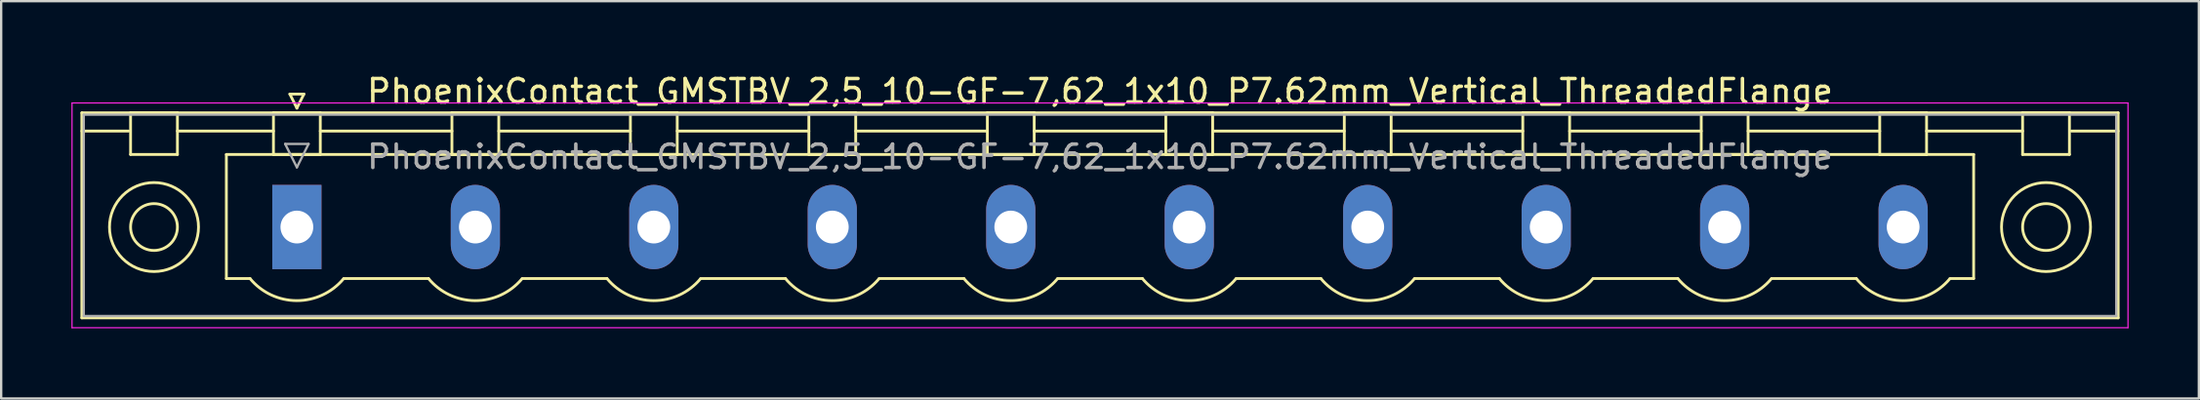
<source format=kicad_pcb>
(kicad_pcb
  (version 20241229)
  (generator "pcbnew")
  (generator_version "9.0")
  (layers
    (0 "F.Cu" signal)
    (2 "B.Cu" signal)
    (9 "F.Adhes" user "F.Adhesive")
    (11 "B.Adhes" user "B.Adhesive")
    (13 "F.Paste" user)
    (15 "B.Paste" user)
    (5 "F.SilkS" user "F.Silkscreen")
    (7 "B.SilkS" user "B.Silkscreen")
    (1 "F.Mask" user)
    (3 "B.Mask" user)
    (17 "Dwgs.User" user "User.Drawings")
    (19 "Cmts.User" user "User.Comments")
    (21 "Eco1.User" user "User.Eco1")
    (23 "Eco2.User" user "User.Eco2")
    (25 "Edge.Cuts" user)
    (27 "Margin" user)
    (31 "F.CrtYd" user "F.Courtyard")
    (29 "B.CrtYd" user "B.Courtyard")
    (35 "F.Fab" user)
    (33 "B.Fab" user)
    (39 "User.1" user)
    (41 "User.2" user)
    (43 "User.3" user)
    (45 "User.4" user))
  (footprint "PhoenixContact_GMSTBV_2,5_10-GF-7,62_1x10_P7.62mm_Vertical_ThreadedFlange"
    (layer "F.Cu")
    (at 9.625 6.648)
    (property "Reference" "PhoenixContact_GMSTBV_2,5_10-GF-7,62_1x10_P7.62mm_Vertical_ThreadedFlange" (at 34.29 -5.8 0) (layer "F.SilkS") (effects (font (size 1 1) (thickness 0.15))))
    (attr through_hole)
    (fp_line (start -9.18 -4.88) (end -9.18 3.88) (stroke (width 0.12) (type solid)) (layer "F.SilkS"))
    (fp_line (start -9.18 -4.1) (end -7.18 -4.1) (stroke (width 0.12) (type solid)) (layer "F.SilkS"))
    (fp_line (start -9.18 3.88) (end 77.76 3.88) (stroke (width 0.12) (type solid)) (layer "F.SilkS"))
    (fp_line (start -7.1 -4.88) (end -5.1 -4.88) (stroke (width 0.12) (type solid)) (layer "F.SilkS"))
    (fp_line (start -7.1 -3.1) (end -7.1 -4.88) (stroke (width 0.12) (type solid)) (layer "F.SilkS"))
    (fp_line (start -5.1 -4.88) (end -5.1 -3.1) (stroke (width 0.12) (type solid)) (layer "F.SilkS"))
    (fp_line (start -5.1 -4.1) (end -1 -4.1) (stroke (width 0.12) (type solid)) (layer "F.SilkS"))
    (fp_line (start -5.1 -3.1) (end -7.1 -3.1) (stroke (width 0.12) (type solid)) (layer "F.SilkS"))
    (fp_line (start -3.01 -3.1) (end 71.59 -3.1) (stroke (width 0.12) (type solid)) (layer "F.SilkS"))
    (fp_line (start -3.01 2.2) (end -3.01 -3.1) (stroke (width 0.12) (type solid)) (layer "F.SilkS"))
    (fp_line (start -2 2.2) (end -3.01 2.2) (stroke (width 0.12) (type solid)) (layer "F.SilkS"))
    (fp_line (start -1 -4.88) (end 1 -4.88) (stroke (width 0.12) (type solid)) (layer "F.SilkS"))
    (fp_line (start -1 -3.1) (end -1 -4.88) (stroke (width 0.12) (type solid)) (layer "F.SilkS"))
    (fp_line (start -0.3 -5.68) (end 0.3 -5.68) (stroke (width 0.12) (type solid)) (layer "F.SilkS"))
    (fp_line (start 0 -5.08) (end -0.3 -5.68) (stroke (width 0.12) (type solid)) (layer "F.SilkS"))
    (fp_line (start 0.3 -5.68) (end 0 -5.08) (stroke (width 0.12) (type solid)) (layer "F.SilkS"))
    (fp_line (start 1 -4.88) (end 1 -3.1) (stroke (width 0.12) (type solid)) (layer "F.SilkS"))
    (fp_line (start 1 -4.1) (end 6.62 -4.1) (stroke (width 0.12) (type solid)) (layer "F.SilkS"))
    (fp_line (start 1 -3.1) (end -1 -3.1) (stroke (width 0.12) (type solid)) (layer "F.SilkS"))
    (fp_line (start 2 2.2) (end 5.62 2.2) (stroke (width 0.12) (type solid)) (layer "F.SilkS"))
    (fp_line (start 6.62 -4.88) (end 8.62 -4.88) (stroke (width 0.12) (type solid)) (layer "F.SilkS"))
    (fp_line (start 6.62 -3.1) (end 6.62 -4.88) (stroke (width 0.12) (type solid)) (layer "F.SilkS"))
    (fp_line (start 8.62 -4.88) (end 8.62 -3.1) (stroke (width 0.12) (type solid)) (layer "F.SilkS"))
    (fp_line (start 8.62 -4.1) (end 14.24 -4.1) (stroke (width 0.12) (type solid)) (layer "F.SilkS"))
    (fp_line (start 8.62 -3.1) (end 6.62 -3.1) (stroke (width 0.12) (type solid)) (layer "F.SilkS"))
    (fp_line (start 9.62 2.2) (end 13.24 2.2) (stroke (width 0.12) (type solid)) (layer "F.SilkS"))
    (fp_line (start 14.24 -4.88) (end 16.24 -4.88) (stroke (width 0.12) (type solid)) (layer "F.SilkS"))
    (fp_line (start 14.24 -3.1) (end 14.24 -4.88) (stroke (width 0.12) (type solid)) (layer "F.SilkS"))
    (fp_line (start 16.24 -4.88) (end 16.24 -3.1) (stroke (width 0.12) (type solid)) (layer "F.SilkS"))
    (fp_line (start 16.24 -4.1) (end 21.86 -4.1) (stroke (width 0.12) (type solid)) (layer "F.SilkS"))
    (fp_line (start 16.24 -3.1) (end 14.24 -3.1) (stroke (width 0.12) (type solid)) (layer "F.SilkS"))
    (fp_line (start 17.24 2.2) (end 20.86 2.2) (stroke (width 0.12) (type solid)) (layer "F.SilkS"))
    (fp_line (start 21.86 -4.88) (end 23.86 -4.88) (stroke (width 0.12) (type solid)) (layer "F.SilkS"))
    (fp_line (start 21.86 -3.1) (end 21.86 -4.88) (stroke (width 0.12) (type solid)) (layer "F.SilkS"))
    (fp_line (start 23.86 -4.88) (end 23.86 -3.1) (stroke (width 0.12) (type solid)) (layer "F.SilkS"))
    (fp_line (start 23.86 -4.1) (end 29.48 -4.1) (stroke (width 0.12) (type solid)) (layer "F.SilkS"))
    (fp_line (start 23.86 -3.1) (end 21.86 -3.1) (stroke (width 0.12) (type solid)) (layer "F.SilkS"))
    (fp_line (start 24.86 2.2) (end 28.48 2.2) (stroke (width 0.12) (type solid)) (layer "F.SilkS"))
    (fp_line (start 29.48 -4.88) (end 31.48 -4.88) (stroke (width 0.12) (type solid)) (layer "F.SilkS"))
    (fp_line (start 29.48 -3.1) (end 29.48 -4.88) (stroke (width 0.12) (type solid)) (layer "F.SilkS"))
    (fp_line (start 31.48 -4.88) (end 31.48 -3.1) (stroke (width 0.12) (type solid)) (layer "F.SilkS"))
    (fp_line (start 31.48 -4.1) (end 37.1 -4.1) (stroke (width 0.12) (type solid)) (layer "F.SilkS"))
    (fp_line (start 31.48 -3.1) (end 29.48 -3.1) (stroke (width 0.12) (type solid)) (layer "F.SilkS"))
    (fp_line (start 32.48 2.2) (end 36.1 2.2) (stroke (width 0.12) (type solid)) (layer "F.SilkS"))
    (fp_line (start 37.1 -4.88) (end 39.1 -4.88) (stroke (width 0.12) (type solid)) (layer "F.SilkS"))
    (fp_line (start 37.1 -3.1) (end 37.1 -4.88) (stroke (width 0.12) (type solid)) (layer "F.SilkS"))
    (fp_line (start 39.1 -4.88) (end 39.1 -3.1) (stroke (width 0.12) (type solid)) (layer "F.SilkS"))
    (fp_line (start 39.1 -4.1) (end 44.72 -4.1) (stroke (width 0.12) (type solid)) (layer "F.SilkS"))
    (fp_line (start 39.1 -3.1) (end 37.1 -3.1) (stroke (width 0.12) (type solid)) (layer "F.SilkS"))
    (fp_line (start 40.1 2.2) (end 43.72 2.2) (stroke (width 0.12) (type solid)) (layer "F.SilkS"))
    (fp_line (start 44.72 -4.88) (end 46.72 -4.88) (stroke (width 0.12) (type solid)) (layer "F.SilkS"))
    (fp_line (start 44.72 -3.1) (end 44.72 -4.88) (stroke (width 0.12) (type solid)) (layer "F.SilkS"))
    (fp_line (start 46.72 -4.88) (end 46.72 -3.1) (stroke (width 0.12) (type solid)) (layer "F.SilkS"))
    (fp_line (start 46.72 -4.1) (end 52.34 -4.1) (stroke (width 0.12) (type solid)) (layer "F.SilkS"))
    (fp_line (start 46.72 -3.1) (end 44.72 -3.1) (stroke (width 0.12) (type solid)) (layer "F.SilkS"))
    (fp_line (start 47.72 2.2) (end 51.34 2.2) (stroke (width 0.12) (type solid)) (layer "F.SilkS"))
    (fp_line (start 52.34 -4.88) (end 54.34 -4.88) (stroke (width 0.12) (type solid)) (layer "F.SilkS"))
    (fp_line (start 52.34 -3.1) (end 52.34 -4.88) (stroke (width 0.12) (type solid)) (layer "F.SilkS"))
    (fp_line (start 54.34 -4.88) (end 54.34 -3.1) (stroke (width 0.12) (type solid)) (layer "F.SilkS"))
    (fp_line (start 54.34 -4.1) (end 59.96 -4.1) (stroke (width 0.12) (type solid)) (layer "F.SilkS"))
    (fp_line (start 54.34 -3.1) (end 52.34 -3.1) (stroke (width 0.12) (type solid)) (layer "F.SilkS"))
    (fp_line (start 55.34 2.2) (end 58.96 2.2) (stroke (width 0.12) (type solid)) (layer "F.SilkS"))
    (fp_line (start 59.96 -4.88) (end 61.96 -4.88) (stroke (width 0.12) (type solid)) (layer "F.SilkS"))
    (fp_line (start 59.96 -3.1) (end 59.96 -4.88) (stroke (width 0.12) (type solid)) (layer "F.SilkS"))
    (fp_line (start 61.96 -4.88) (end 61.96 -3.1) (stroke (width 0.12) (type solid)) (layer "F.SilkS"))
    (fp_line (start 61.96 -4.1) (end 67.58 -4.1) (stroke (width 0.12) (type solid)) (layer "F.SilkS"))
    (fp_line (start 61.96 -3.1) (end 59.96 -3.1) (stroke (width 0.12) (type solid)) (layer "F.SilkS"))
    (fp_line (start 62.96 2.2) (end 66.58 2.2) (stroke (width 0.12) (type solid)) (layer "F.SilkS"))
    (fp_line (start 67.58 -4.88) (end 69.58 -4.88) (stroke (width 0.12) (type solid)) (layer "F.SilkS"))
    (fp_line (start 67.58 -3.1) (end 67.58 -4.88) (stroke (width 0.12) (type solid)) (layer "F.SilkS"))
    (fp_line (start 69.58 -4.88) (end 69.58 -3.1) (stroke (width 0.12) (type solid)) (layer "F.SilkS"))
    (fp_line (start 69.58 -4.1) (end 73.68 -4.1) (stroke (width 0.12) (type solid)) (layer "F.SilkS"))
    (fp_line (start 69.58 -3.1) (end 67.58 -3.1) (stroke (width 0.12) (type solid)) (layer "F.SilkS"))
    (fp_line (start 71.59 -3.1) (end 71.59 2.2) (stroke (width 0.12) (type solid)) (layer "F.SilkS"))
    (fp_line (start 71.59 2.2) (end 70.58 2.2) (stroke (width 0.12) (type solid)) (layer "F.SilkS"))
    (fp_line (start 73.68 -4.88) (end 75.68 -4.88) (stroke (width 0.12) (type solid)) (layer "F.SilkS"))
    (fp_line (start 73.68 -3.1) (end 73.68 -4.88) (stroke (width 0.12) (type solid)) (layer "F.SilkS"))
    (fp_line (start 75.68 -4.88) (end 75.68 -3.1) (stroke (width 0.12) (type solid)) (layer "F.SilkS"))
    (fp_line (start 75.68 -3.1) (end 73.68 -3.1) (stroke (width 0.12) (type solid)) (layer "F.SilkS"))
    (fp_line (start 77.76 -4.88) (end -9.18 -4.88) (stroke (width 0.12) (type solid)) (layer "F.SilkS"))
    (fp_line (start 77.76 -4.1) (end 75.76 -4.1) (stroke (width 0.12) (type solid)) (layer "F.SilkS"))
    (fp_line (start 77.76 3.88) (end 77.76 -4.88) (stroke (width 0.12) (type solid)) (layer "F.SilkS"))
    (fp_arc (start 1.986842 2.215821) (mid -0.010289 3.142758) (end -2 2.2) (stroke (width 0.12) (type solid)) (layer "F.SilkS"))
    (fp_arc (start 9.606842 2.215821) (mid 7.609711 3.142758) (end 5.62 2.2) (stroke (width 0.12) (type solid)) (layer "F.SilkS"))
    (fp_arc (start 17.226842 2.215821) (mid 15.229711 3.142758) (end 13.24 2.2) (stroke (width 0.12) (type solid)) (layer "F.SilkS"))
    (fp_arc (start 24.846842 2.215821) (mid 22.849711 3.142758) (end 20.86 2.2) (stroke (width 0.12) (type solid)) (layer "F.SilkS"))
    (fp_arc (start 32.466842 2.215821) (mid 30.469711 3.142758) (end 28.48 2.2) (stroke (width 0.12) (type solid)) (layer "F.SilkS"))
    (fp_arc (start 40.086842 2.215821) (mid 38.089711 3.142758) (end 36.1 2.2) (stroke (width 0.12) (type solid)) (layer "F.SilkS"))
    (fp_arc (start 47.706842 2.215821) (mid 45.709711 3.142758) (end 43.72 2.2) (stroke (width 0.12) (type solid)) (layer "F.SilkS"))
    (fp_arc (start 55.326842 2.215821) (mid 53.329711 3.142758) (end 51.34 2.2) (stroke (width 0.12) (type solid)) (layer "F.SilkS"))
    (fp_arc (start 62.946842 2.215821) (mid 60.949711 3.142758) (end 58.96 2.2) (stroke (width 0.12) (type solid)) (layer "F.SilkS"))
    (fp_arc (start 70.566842 2.215821) (mid 68.569711 3.142758) (end 66.58 2.2) (stroke (width 0.12) (type solid)) (layer "F.SilkS"))
    (fp_circle (center -6.1 0) (end -5.1 0) (stroke (width 0.12) (type solid)) (fill no) (layer "F.SilkS"))
    (fp_circle (center -6.1 0) (end -4.2 0) (stroke (width 0.12) (type solid)) (fill no) (layer "F.SilkS"))
    (fp_circle (center 74.68 0) (end 75.68 0) (stroke (width 0.12) (type solid)) (fill no) (layer "F.SilkS"))
    (fp_circle (center 74.68 0) (end 76.58 0) (stroke (width 0.12) (type solid)) (fill no) (layer "F.SilkS"))
    (fp_line (start -9.6 -5.3) (end -9.6 4.3) (stroke (width 0.05) (type solid)) (layer "F.CrtYd"))
    (fp_line (start -9.6 4.3) (end 78.18 4.3) (stroke (width 0.05) (type solid)) (layer "F.CrtYd"))
    (fp_line (start 78.18 -5.3) (end -9.6 -5.3) (stroke (width 0.05) (type solid)) (layer "F.CrtYd"))
    (fp_line (start 78.18 4.3) (end 78.18 -5.3) (stroke (width 0.05) (type solid)) (layer "F.CrtYd"))
    (fp_line (start -9.1 -4.8) (end -9.1 3.8) (stroke (width 0.1) (type solid)) (layer "F.Fab"))
    (fp_line (start -9.1 3.8) (end 77.68 3.8) (stroke (width 0.1) (type solid)) (layer "F.Fab"))
    (fp_line (start -0.5 -3.55) (end 0.5 -3.55) (stroke (width 0.1) (type solid)) (layer "F.Fab"))
    (fp_line (start 0 -2.55) (end -0.5 -3.55) (stroke (width 0.1) (type solid)) (layer "F.Fab"))
    (fp_line (start 0.5 -3.55) (end 0 -2.55) (stroke (width 0.1) (type solid)) (layer "F.Fab"))
    (fp_line (start 77.68 -4.8) (end -9.1 -4.8) (stroke (width 0.1) (type solid)) (layer "F.Fab"))
    (fp_line (start 77.68 3.8) (end 77.68 -4.8) (stroke (width 0.1) (type solid)) (layer "F.Fab"))
    (fp_text user "${REFERENCE}" (at 34.29 -3 0) (layer "F.Fab") (effects (font (size 1 1) (thickness 0.15))))
    (pad "1" thru_hole rect (at 0 0) (size 2.1 3.6) (drill 1.4) (layers "*.Cu" "*.Mask"))
    (pad "2" thru_hole oval (at 7.62 0) (size 2.1 3.6) (drill 1.4) (layers "*.Cu" "*.Mask"))
    (pad "3" thru_hole oval (at 15.24 0) (size 2.1 3.6) (drill 1.4) (layers "*.Cu" "*.Mask"))
    (pad "4" thru_hole oval (at 22.86 0) (size 2.1 3.6) (drill 1.4) (layers "*.Cu" "*.Mask"))
    (pad "5" thru_hole oval (at 30.48 0) (size 2.1 3.6) (drill 1.4) (layers "*.Cu" "*.Mask"))
    (pad "6" thru_hole oval (at 38.1 0) (size 2.1 3.6) (drill 1.4) (layers "*.Cu" "*.Mask"))
    (pad "7" thru_hole oval (at 45.72 0) (size 2.1 3.6) (drill 1.4) (layers "*.Cu" "*.Mask"))
    (pad "8" thru_hole oval (at 53.34 0) (size 2.1 3.6) (drill 1.4) (layers "*.Cu" "*.Mask"))
    (pad "9" thru_hole oval (at 60.96 0) (size 2.1 3.6) (drill 1.4) (layers "*.Cu" "*.Mask"))
    (pad "10" thru_hole oval (at 68.58 0) (size 2.1 3.6) (drill 1.4) (layers "*.Cu" "*.Mask")))
  (gr_rect
    (start -3 -3)
    (end 90.83 13.973)
    (stroke (width 0.1) (type default))
    (fill no)
    (layer "Edge.Cuts")))
</source>
